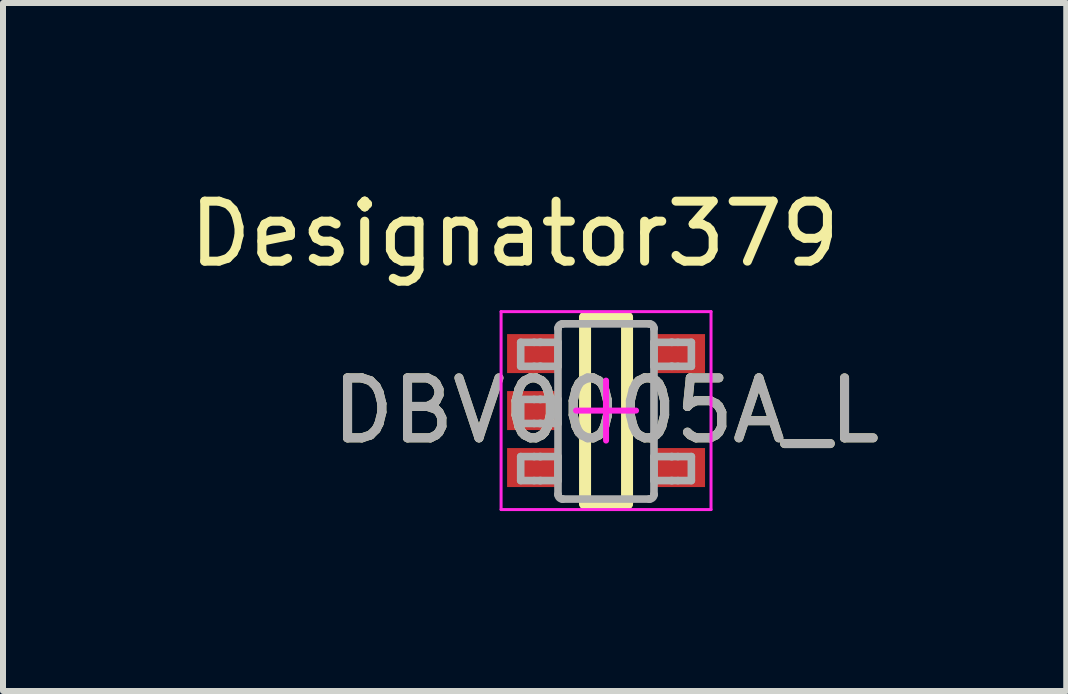
<source format=kicad_pcb>
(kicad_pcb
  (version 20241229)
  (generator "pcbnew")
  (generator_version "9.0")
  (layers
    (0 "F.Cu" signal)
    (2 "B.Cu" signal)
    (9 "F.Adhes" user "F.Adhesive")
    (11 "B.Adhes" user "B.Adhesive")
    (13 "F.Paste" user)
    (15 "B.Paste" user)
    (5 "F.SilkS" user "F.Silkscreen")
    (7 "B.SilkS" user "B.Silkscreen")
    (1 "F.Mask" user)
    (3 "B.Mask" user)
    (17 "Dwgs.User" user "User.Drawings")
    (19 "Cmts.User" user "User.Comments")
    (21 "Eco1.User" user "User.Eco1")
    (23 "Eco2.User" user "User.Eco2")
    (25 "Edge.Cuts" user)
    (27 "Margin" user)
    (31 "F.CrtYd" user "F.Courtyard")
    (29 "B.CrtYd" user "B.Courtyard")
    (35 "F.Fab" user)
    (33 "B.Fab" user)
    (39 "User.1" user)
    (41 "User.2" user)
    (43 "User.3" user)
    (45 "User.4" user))
  (footprint "DBV0005A_L"
    (layer "F.Cu")
    (at 7.054 3.795)
    (property "Reference" "DBV0005A_L" (at 0 0 0) (unlocked yes) (layer "F.SilkS") (effects (font (size 1 1) (thickness 0.15))))
    (attr smd)
    (fp_line (start -0.35 -1.55) (end 0.35 -1.55) (stroke (width 0.2) (type solid)) (layer "F.SilkS"))
    (fp_line (start -0.35 1.55) (end -0.35 -1.55) (stroke (width 0.2) (type solid)) (layer "F.SilkS"))
    (fp_line (start -0.35 1.55) (end 0.35 1.55) (stroke (width 0.2) (type solid)) (layer "F.SilkS"))
    (fp_line (start 0.35 1.55) (end 0.35 -1.55) (stroke (width 0.2) (type solid)) (layer "F.SilkS"))
    (fp_line (start -1.75 -1.65) (end 1.75 -1.65) (stroke (width 0.05) (type solid)) (layer "F.CrtYd"))
    (fp_line (start -1.75 1.65) (end -1.75 -1.65) (stroke (width 0.05) (type solid)) (layer "F.CrtYd"))
    (fp_line (start -1.75 1.65) (end 1.75 1.65) (stroke (width 0.05) (type solid)) (layer "F.CrtYd"))
    (fp_line (start -0.5 0) (end 0.5 0) (stroke (width 0.1) (type solid)) (layer "F.CrtYd"))
    (fp_line (start 0 0.5) (end 0 -0.5) (stroke (width 0.1) (type solid)) (layer "F.CrtYd"))
    (fp_line (start 1.75 1.65) (end 1.75 -1.65) (stroke (width 0.05) (type solid)) (layer "F.CrtYd"))
    (fp_line (start -1.423 -1.138) (end -1.199 -1.138) (stroke (width 0.127) (type solid)) (layer "F.Fab"))
    (fp_line (start -1.423 -0.738) (end -1.423 -1.138) (stroke (width 0.127) (type solid)) (layer "F.Fab"))
    (fp_line (start -1.423 -0.738) (end -1.199 -0.738) (stroke (width 0.127) (type solid)) (layer "F.Fab"))
    (fp_line (start -1.423 -0.186) (end -1.199 -0.186) (stroke (width 0.127) (type solid)) (layer "F.Fab"))
    (fp_line (start -1.423 0.215) (end -1.423 -0.186) (stroke (width 0.127) (type solid)) (layer "F.Fab"))
    (fp_line (start -1.423 0.215) (end -1.199 0.215) (stroke (width 0.127) (type solid)) (layer "F.Fab"))
    (fp_line (start -1.423 0.767) (end -1.199 0.767) (stroke (width 0.127) (type solid)) (layer "F.Fab"))
    (fp_line (start -1.423 1.167) (end -1.423 0.767) (stroke (width 0.127) (type solid)) (layer "F.Fab"))
    (fp_line (start -1.423 1.167) (end -1.199 1.167) (stroke (width 0.127) (type solid)) (layer "F.Fab"))
    (fp_line (start -1.199 -1.138) (end -1.105 -1.138) (stroke (width 0.127) (type solid)) (layer "F.Fab"))
    (fp_line (start -1.199 -0.738) (end -1.105 -0.738) (stroke (width 0.127) (type solid)) (layer "F.Fab"))
    (fp_line (start -1.199 -0.186) (end -1.105 -0.186) (stroke (width 0.127) (type solid)) (layer "F.Fab"))
    (fp_line (start -1.199 0.215) (end -1.105 0.215) (stroke (width 0.127) (type solid)) (layer "F.Fab"))
    (fp_line (start -1.199 0.767) (end -1.105 0.767) (stroke (width 0.127) (type solid)) (layer "F.Fab"))
    (fp_line (start -1.199 1.167) (end -1.105 1.167) (stroke (width 0.127) (type solid)) (layer "F.Fab"))
    (fp_line (start -1.105 -1.138) (end -1.088 -1.138) (stroke (width 0.127) (type solid)) (layer "F.Fab"))
    (fp_line (start -1.105 -0.738) (end -1.088 -0.738) (stroke (width 0.127) (type solid)) (layer "F.Fab"))
    (fp_line (start -1.105 -0.186) (end -1.088 -0.186) (stroke (width 0.127) (type solid)) (layer "F.Fab"))
    (fp_line (start -1.105 0.215) (end -1.088 0.215) (stroke (width 0.127) (type solid)) (layer "F.Fab"))
    (fp_line (start -1.105 0.767) (end -1.088 0.767) (stroke (width 0.127) (type solid)) (layer "F.Fab"))
    (fp_line (start -1.105 1.167) (end -1.088 1.167) (stroke (width 0.127) (type solid)) (layer "F.Fab"))
    (fp_line (start -1.088 -1.138) (end -0.835 -1.138) (stroke (width 0.127) (type solid)) (layer "F.Fab"))
    (fp_line (start -1.088 -0.738) (end -0.835 -0.738) (stroke (width 0.127) (type solid)) (layer "F.Fab"))
    (fp_line (start -1.088 -0.186) (end -0.835 -0.186) (stroke (width 0.127) (type solid)) (layer "F.Fab"))
    (fp_line (start -1.088 0.215) (end -0.835 0.215) (stroke (width 0.127) (type solid)) (layer "F.Fab"))
    (fp_line (start -1.088 0.767) (end -0.835 0.767) (stroke (width 0.127) (type solid)) (layer "F.Fab"))
    (fp_line (start -1.088 1.167) (end -0.835 1.167) (stroke (width 0.127) (type solid)) (layer "F.Fab"))
    (fp_line (start -0.835 -1.138) (end -0.801 -1.138) (stroke (width 0.127) (type solid)) (layer "F.Fab"))
    (fp_line (start -0.835 -0.738) (end -0.801 -0.738) (stroke (width 0.127) (type solid)) (layer "F.Fab"))
    (fp_line (start -0.835 -0.186) (end -0.801 -0.186) (stroke (width 0.127) (type solid)) (layer "F.Fab"))
    (fp_line (start -0.835 0.215) (end -0.801 0.215) (stroke (width 0.127) (type solid)) (layer "F.Fab"))
    (fp_line (start -0.835 0.767) (end -0.801 0.767) (stroke (width 0.127) (type solid)) (layer "F.Fab"))
    (fp_line (start -0.835 1.167) (end -0.801 1.167) (stroke (width 0.127) (type solid)) (layer "F.Fab"))
    (fp_line (start -0.801 -1.37) (end -0.801 -1.371) (stroke (width 0.127) (type solid)) (layer "F.Fab"))
    (fp_line (start -0.801 -0.738) (end -0.801 -1.138) (stroke (width 0.127) (type solid)) (layer "F.Fab"))
    (fp_line (start -0.801 0.215) (end -0.801 -0.186) (stroke (width 0.127) (type solid)) (layer "F.Fab"))
    (fp_line (start -0.801 1.167) (end -0.801 0.767) (stroke (width 0.127) (type solid)) (layer "F.Fab"))
    (fp_line (start -0.801 1.399) (end -0.801 -1.37) (stroke (width 0.127) (type solid)) (layer "F.Fab"))
    (fp_line (start -0.801 1.4) (end -0.801 1.399) (stroke (width 0.127) (type solid)) (layer "F.Fab"))
    (fp_line (start -0.725 -1.446) (end -0.725 -1.446) (stroke (width 0.127) (type solid)) (layer "F.Fab"))
    (fp_line (start -0.725 1.475) (end -0.725 1.475) (stroke (width 0.127) (type solid)) (layer "F.Fab"))
    (fp_line (start -0.725 -1.446) (end 0.723 -1.446) (stroke (width 0.127) (type solid)) (layer "F.Fab"))
    (fp_line (start -0.725 1.475) (end 0.723 1.475) (stroke (width 0.127) (type solid)) (layer "F.Fab"))
    (fp_line (start 0.723 -1.446) (end 0.724 -1.446) (stroke (width 0.127) (type solid)) (layer "F.Fab"))
    (fp_line (start 0.723 1.475) (end 0.724 1.475) (stroke (width 0.127) (type solid)) (layer "F.Fab"))
    (fp_line (start 0.799 -1.37) (end 0.799 -1.371) (stroke (width 0.127) (type solid)) (layer "F.Fab"))
    (fp_line (start 0.799 -1.138) (end 0.834 -1.138) (stroke (width 0.127) (type solid)) (layer "F.Fab"))
    (fp_line (start 0.799 -0.738) (end 0.799 -1.138) (stroke (width 0.127) (type solid)) (layer "F.Fab"))
    (fp_line (start 0.799 -0.738) (end 0.834 -0.738) (stroke (width 0.127) (type solid)) (layer "F.Fab"))
    (fp_line (start 0.799 0.767) (end 0.834 0.767) (stroke (width 0.127) (type solid)) (layer "F.Fab"))
    (fp_line (start 0.799 1.167) (end 0.799 0.767) (stroke (width 0.127) (type solid)) (layer "F.Fab"))
    (fp_line (start 0.799 1.167) (end 0.834 1.167) (stroke (width 0.127) (type solid)) (layer "F.Fab"))
    (fp_line (start 0.799 1.399) (end 0.799 -1.37) (stroke (width 0.127) (type solid)) (layer "F.Fab"))
    (fp_line (start 0.799 1.4) (end 0.799 1.399) (stroke (width 0.127) (type solid)) (layer "F.Fab"))
    (fp_line (start 0.834 -1.138) (end 1.087 -1.138) (stroke (width 0.127) (type solid)) (layer "F.Fab"))
    (fp_line (start 0.834 -0.738) (end 1.087 -0.738) (stroke (width 0.127) (type solid)) (layer "F.Fab"))
    (fp_line (start 0.834 0.767) (end 1.087 0.767) (stroke (width 0.127) (type solid)) (layer "F.Fab"))
    (fp_line (start 0.834 1.167) (end 1.087 1.167) (stroke (width 0.127) (type solid)) (layer "F.Fab"))
    (fp_line (start 1.087 -1.138) (end 1.103 -1.138) (stroke (width 0.127) (type solid)) (layer "F.Fab"))
    (fp_line (start 1.087 -0.738) (end 1.103 -0.738) (stroke (width 0.127) (type solid)) (layer "F.Fab"))
    (fp_line (start 1.087 0.767) (end 1.103 0.767) (stroke (width 0.127) (type solid)) (layer "F.Fab"))
    (fp_line (start 1.087 1.167) (end 1.103 1.167) (stroke (width 0.127) (type solid)) (layer "F.Fab"))
    (fp_line (start 1.103 -1.138) (end 1.198 -1.138) (stroke (width 0.127) (type solid)) (layer "F.Fab"))
    (fp_line (start 1.103 -0.738) (end 1.198 -0.738) (stroke (width 0.127) (type solid)) (layer "F.Fab"))
    (fp_line (start 1.103 0.767) (end 1.198 0.767) (stroke (width 0.127) (type solid)) (layer "F.Fab"))
    (fp_line (start 1.103 1.167) (end 1.198 1.167) (stroke (width 0.127) (type solid)) (layer "F.Fab"))
    (fp_line (start 1.198 -1.138) (end 1.422 -1.138) (stroke (width 0.127) (type solid)) (layer "F.Fab"))
    (fp_line (start 1.198 -0.738) (end 1.422 -0.738) (stroke (width 0.127) (type solid)) (layer "F.Fab"))
    (fp_line (start 1.198 0.767) (end 1.422 0.767) (stroke (width 0.127) (type solid)) (layer "F.Fab"))
    (fp_line (start 1.198 1.167) (end 1.422 1.167) (stroke (width 0.127) (type solid)) (layer "F.Fab"))
    (fp_line (start 1.422 -0.738) (end 1.422 -1.138) (stroke (width 0.127) (type solid)) (layer "F.Fab"))
    (fp_line (start 1.422 1.167) (end 1.422 0.767) (stroke (width 0.127) (type solid)) (layer "F.Fab"))
    (fp_arc (start -0.80074 -1.37084) (mid -0.778218 -1.423887) (end -0.724999 -1.445998) (stroke (width 0.127) (type solid)) (layer "F.Fab"))
    (fp_arc (start -0.724999 1.475) (mid -0.778213 1.452901) (end -0.80074 1.399867) (stroke (width 0.127) (type solid)) (layer "F.Fab"))
    (fp_arc (start 0.723714 -1.445998) (mid 0.776933 -1.423887) (end 0.799455 -1.37084) (stroke (width 0.127) (type solid)) (layer "F.Fab"))
    (fp_arc (start 0.799455 1.399868) (mid 0.776927 1.452901) (end 0.723713 1.475) (stroke (width 0.127) (type solid)) (layer "F.Fab"))
    (fp_text user "Designator379" (at -1.524 -2.946 0) (unlocked yes) (layer "F.SilkS") (effects (font (size 1 1) (thickness 0.15))))
    (fp_text user "${REFERENCE}" (at 0 0 0) (unlocked yes) (layer "F.Fab") (effects (font (size 1 1) (thickness 0.15))))
    (pad "1" smd rect (at -1.2 -0.95 90) (size 0.65 0.9) (layers "F.Cu" "F.Mask" "F.Paste"))
    (pad "2" smd rect (at -1.2 0 90) (size 0.65 0.9) (layers "F.Cu" "F.Mask" "F.Paste"))
    (pad "3" smd rect (at -1.2 0.95 90) (size 0.65 0.9) (layers "F.Cu" "F.Mask" "F.Paste"))
    (pad "4" smd rect (at 1.2 0.95 90) (size 0.65 0.9) (layers "F.Cu" "F.Mask" "F.Paste"))
    (pad "5" smd rect (at 1.2 -0.95 90) (size 0.65 0.9) (layers "F.Cu" "F.Mask" "F.Paste")))
  (gr_rect
    (start -3 -3)
    (end 14.726 8.47)
    (stroke (width 0.1) (type default))
    (fill no)
    (layer "Edge.Cuts")))
</source>
